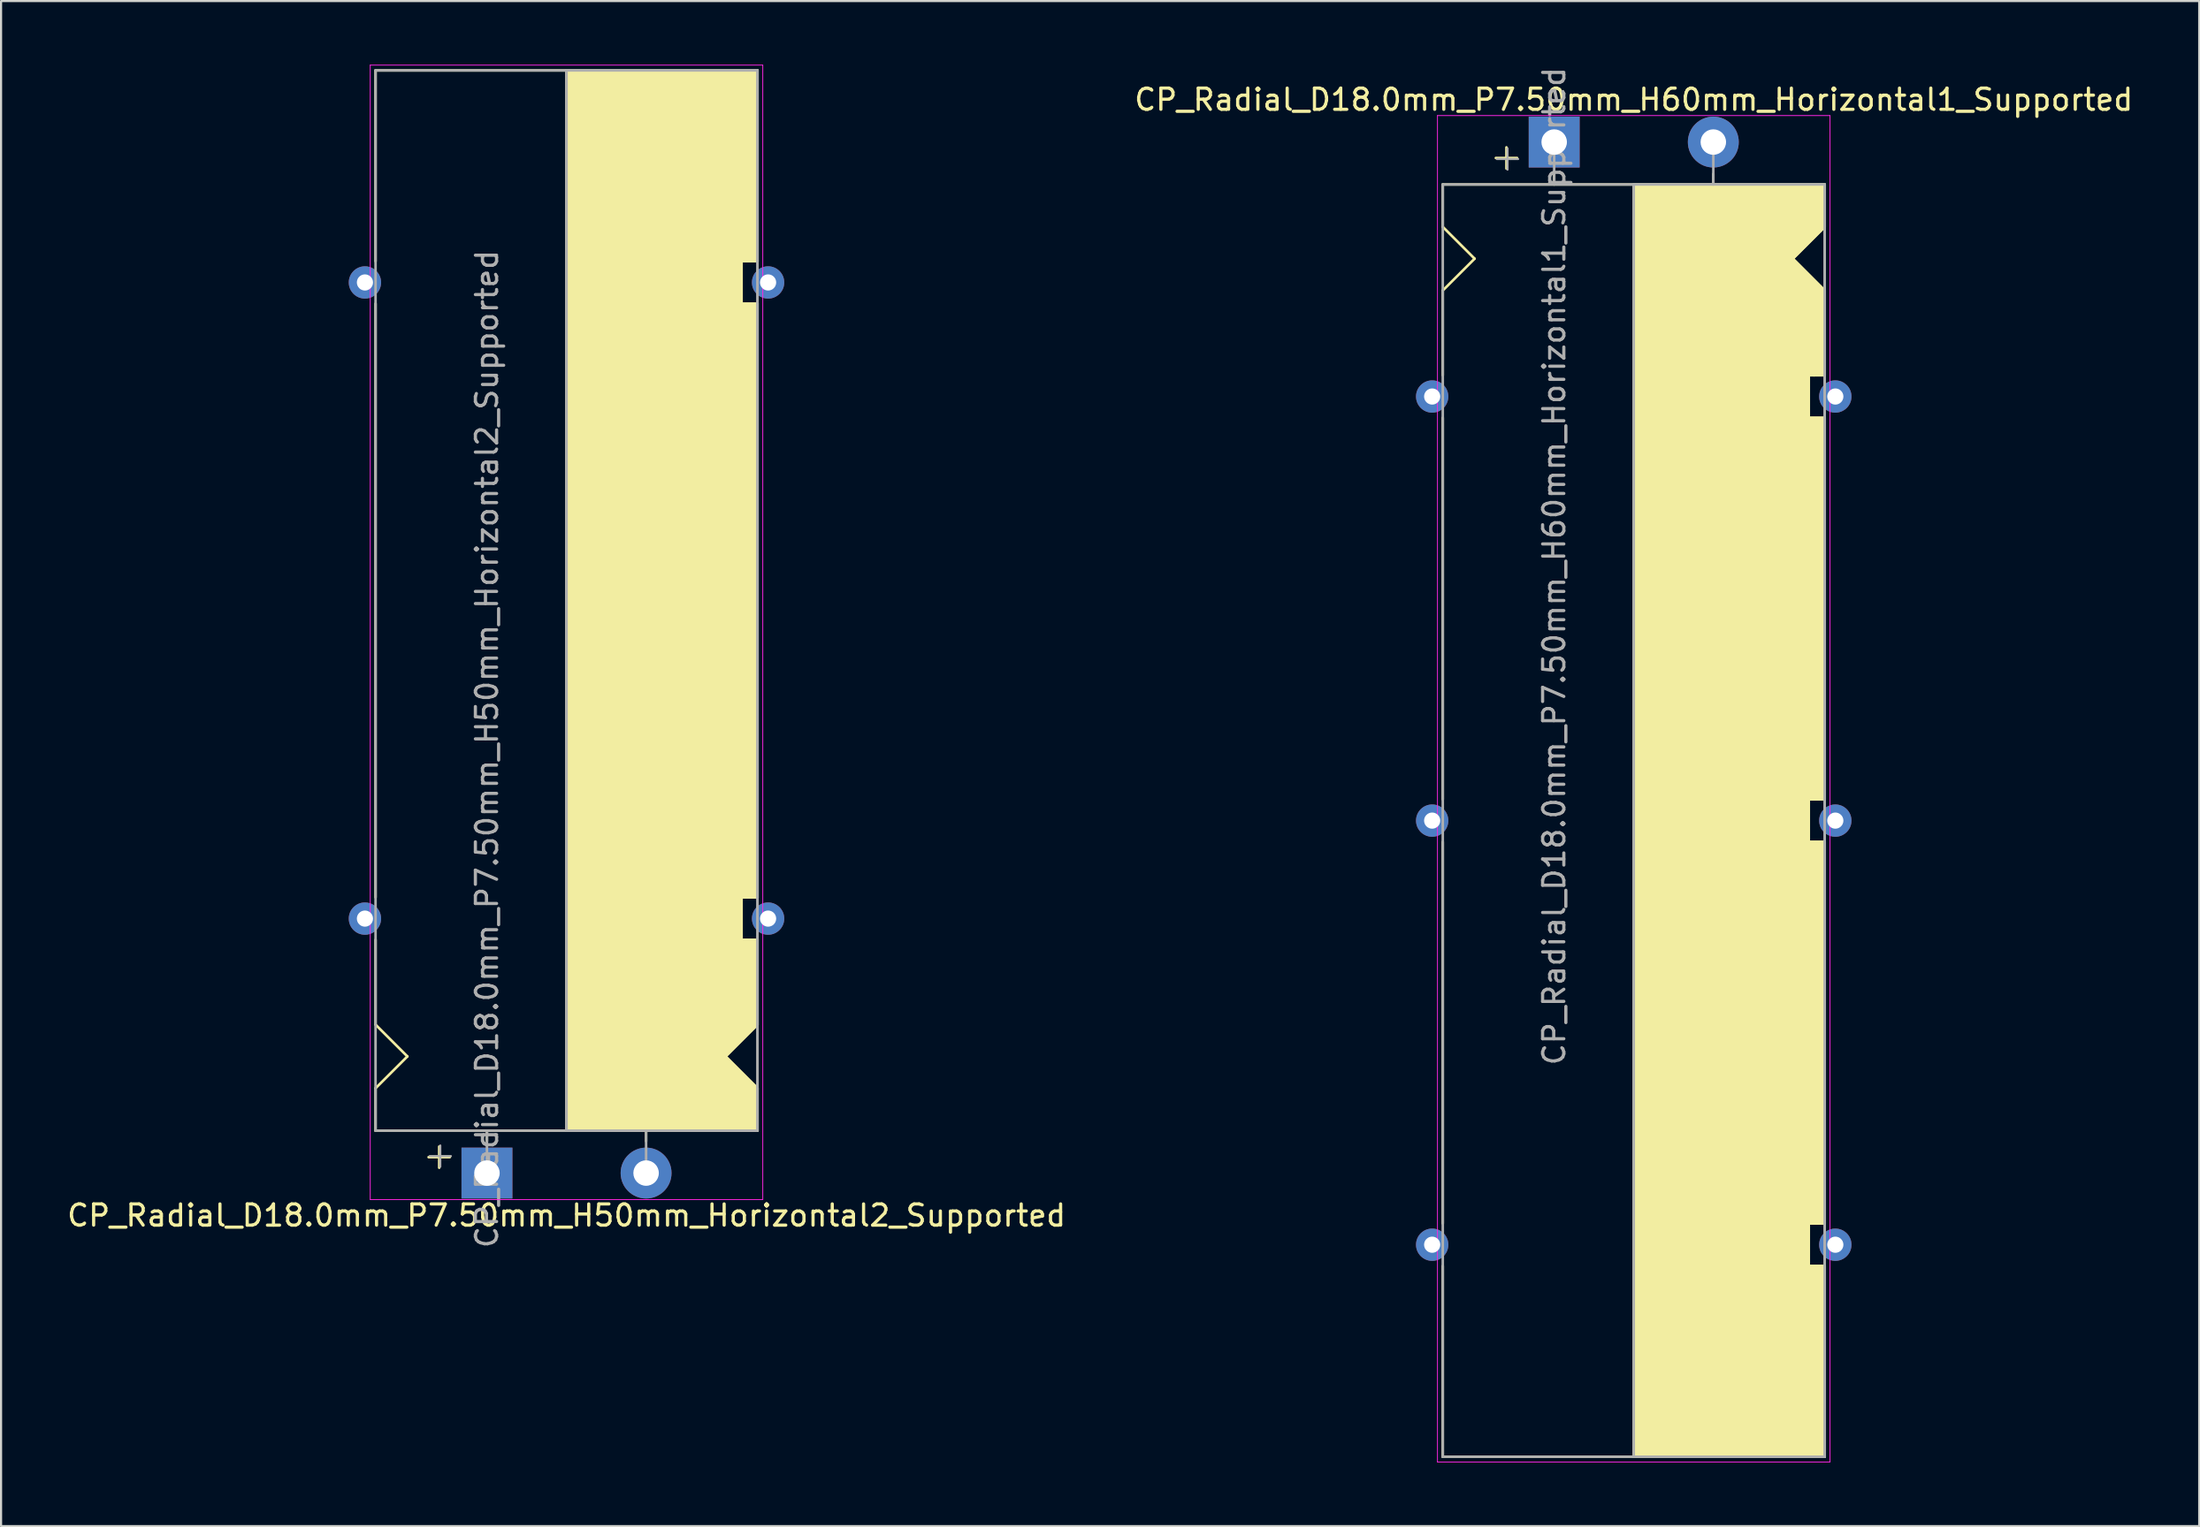
<source format=kicad_pcb>
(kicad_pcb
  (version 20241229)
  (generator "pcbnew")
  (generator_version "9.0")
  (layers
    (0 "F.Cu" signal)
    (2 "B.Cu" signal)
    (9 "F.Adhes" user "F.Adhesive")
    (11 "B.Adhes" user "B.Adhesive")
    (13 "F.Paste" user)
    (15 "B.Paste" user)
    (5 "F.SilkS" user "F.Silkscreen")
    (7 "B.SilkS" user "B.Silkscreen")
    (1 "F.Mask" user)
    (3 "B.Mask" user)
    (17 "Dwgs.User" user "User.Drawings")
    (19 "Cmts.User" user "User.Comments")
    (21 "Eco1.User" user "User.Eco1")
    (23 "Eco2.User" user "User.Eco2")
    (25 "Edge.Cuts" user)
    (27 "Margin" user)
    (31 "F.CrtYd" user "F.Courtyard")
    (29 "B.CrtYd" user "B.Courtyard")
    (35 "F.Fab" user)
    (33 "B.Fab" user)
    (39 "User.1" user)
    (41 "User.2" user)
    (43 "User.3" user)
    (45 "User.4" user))
  (footprint "CP_Radial_D18.0mm_P7.50mm_H60mm_Horizontal1_Supported"
    (layer "F.Cu")
    (at 70.196 3.649)
    (property "Reference" "CP_Radial_D18.0mm_P7.50mm_H60mm_Horizontal1_Supported" (at 3.75 -2 0) (layer "F.SilkS") (effects (font (size 1 1) (thickness 0.15))))
    (attr through_hole)
    (fp_line (start -5.25 2) (end -5.25 4) (stroke (width 0.12) (type solid)) (layer "F.SilkS"))
    (fp_line (start -5.25 2) (end 12.75 2) (stroke (width 0.12) (type solid)) (layer "F.SilkS"))
    (fp_line (start -5.25 4) (end -3.75 5.5) (stroke (width 0.12) (type solid)) (layer "F.SilkS"))
    (fp_line (start -5.25 7) (end -3.75 5.5) (stroke (width 0.12) (type solid)) (layer "F.SilkS"))
    (fp_line (start -5.25 11) (end -5.25 7) (stroke (width 0.12) (type solid)) (layer "F.SilkS"))
    (fp_line (start -5.25 13) (end -5.25 31) (stroke (width 0.12) (type solid)) (layer "F.SilkS"))
    (fp_line (start -5.25 33) (end -5.25 51) (stroke (width 0.12) (type solid)) (layer "F.SilkS"))
    (fp_line (start -5.25 53) (end -5.25 62) (stroke (width 0.12) (type solid)) (layer "F.SilkS"))
    (fp_line (start -5.25 62) (end 12.75 62) (stroke (width 0.12) (type solid)) (layer "F.SilkS"))
    (fp_line (start -2.25 0.25) (end -2.25 1.25) (stroke (width 0.12) (type solid)) (layer "F.SilkS"))
    (fp_line (start -1.75 0.75) (end -2.75 0.75) (stroke (width 0.12) (type solid)) (layer "F.SilkS"))
    (fp_line (start 0 1.5) (end 0 2) (stroke (width 0.12) (type solid)) (layer "F.SilkS"))
    (fp_line (start 3.75 2) (end 3.75 62) (stroke (width 0.12) (type solid)) (layer "F.SilkS"))
    (fp_line (start 7.5 1.5) (end 7.5 2) (stroke (width 0.12) (type solid)) (layer "F.SilkS"))
    (fp_line (start 12 11) (end 12 13) (stroke (width 0.12) (type solid)) (layer "F.SilkS"))
    (fp_line (start 12 13) (end 12.75 13) (stroke (width 0.12) (type solid)) (layer "F.SilkS"))
    (fp_line (start 12 31) (end 12 33) (stroke (width 0.12) (type solid)) (layer "F.SilkS"))
    (fp_line (start 12 33) (end 12.75 33) (stroke (width 0.12) (type solid)) (layer "F.SilkS"))
    (fp_line (start 12 51) (end 12 53) (stroke (width 0.12) (type solid)) (layer "F.SilkS"))
    (fp_line (start 12 53) (end 12.75 53) (stroke (width 0.12) (type solid)) (layer "F.SilkS"))
    (fp_line (start 12.25 11) (end 12 11) (stroke (width 0.12) (type solid)) (layer "F.SilkS"))
    (fp_line (start 12.75 2) (end 12.75 4) (stroke (width 0.12) (type solid)) (layer "F.SilkS"))
    (fp_line (start 12.75 4) (end 11.25 5.5) (stroke (width 0.12) (type solid)) (layer "F.SilkS"))
    (fp_line (start 12.75 7) (end 11.25 5.5) (stroke (width 0.12) (type solid)) (layer "F.SilkS"))
    (fp_line (start 12.75 11) (end 12.25 11) (stroke (width 0.12) (type solid)) (layer "F.SilkS"))
    (fp_line (start 12.75 11) (end 12.75 7) (stroke (width 0.12) (type solid)) (layer "F.SilkS"))
    (fp_line (start 12.75 13) (end 12.75 31) (stroke (width 0.12) (type solid)) (layer "F.SilkS"))
    (fp_line (start 12.75 31) (end 12 31) (stroke (width 0.12) (type solid)) (layer "F.SilkS"))
    (fp_line (start 12.75 33) (end 12.75 51) (stroke (width 0.12) (type solid)) (layer "F.SilkS"))
    (fp_line (start 12.75 51) (end 12 51) (stroke (width 0.12) (type solid)) (layer "F.SilkS"))
    (fp_line (start 12.75 53) (end 12.75 62) (stroke (width 0.12) (type solid)) (layer "F.SilkS"))
    (fp_poly (pts (xy 12.75 4) (xy 11.25 5.5) (xy 12.75 7) (xy 12.75 11) (xy 12 11) (xy 12 13) (xy 12.75 13) (xy 12.75 31) (xy 12 31) (xy 12 33) (xy 12.75 33) (xy 12.75 51) (xy 12 51) (xy 12 53) (xy 12.75 53) (xy 12.75 62) (xy 3.75 62) (xy 3.75 2) (xy 12.75 2)) (stroke (width 0.1) (type solid)) (fill yes) (layer "F.SilkS"))
    (fp_line (start -5.5 -1.25) (end -5.5 62.25) (stroke (width 0.04) (type solid)) (layer "F.CrtYd"))
    (fp_line (start -5.5 62.25) (end 13 62.25) (stroke (width 0.04) (type solid)) (layer "F.CrtYd"))
    (fp_line (start 13 -1.25) (end -5.5 -1.25) (stroke (width 0.04) (type solid)) (layer "F.CrtYd"))
    (fp_line (start 13 62.25) (end 13 -1.25) (stroke (width 0.04) (type solid)) (layer "F.CrtYd"))
    (fp_line (start -5.25 2) (end -5.25 62) (stroke (width 0.12) (type solid)) (layer "F.Fab"))
    (fp_line (start -5.25 62) (end 12.75 62) (stroke (width 0.12) (type solid)) (layer "F.Fab"))
    (fp_line (start -2.7 0.8) (end -1.7 0.8) (stroke (width 0.1) (type solid)) (layer "F.Fab"))
    (fp_line (start -2.2 1.3) (end -2.2 0.3) (stroke (width 0.1) (type solid)) (layer "F.Fab"))
    (fp_line (start 0 0) (end 0 2) (stroke (width 0.12) (type solid)) (layer "F.Fab"))
    (fp_line (start 3.75 2) (end 3.75 62) (stroke (width 0.12) (type solid)) (layer "F.Fab"))
    (fp_line (start 7.5 0) (end 7.5 2) (stroke (width 0.12) (type solid)) (layer "F.Fab"))
    (fp_line (start 12.75 2) (end -5.25 2) (stroke (width 0.12) (type solid)) (layer "F.Fab"))
    (fp_line (start 12.75 62) (end 12.75 2) (stroke (width 0.12) (type solid)) (layer "F.Fab"))
    (fp_poly (pts (xy 12.75 62) (xy 3.75 62) (xy 3.75 2) (xy 12.75 2)) (stroke (width 0.1) (type solid)) (fill no) (layer "F.Fab"))
    (fp_text user "${REFERENCE}" (at 0 20 90) (layer "F.Fab") (effects (font (size 1 1) (thickness 0.15))))
    (pad "" thru_hole circle (at -5.75 12) (size 1.524 1.524) (drill 0.762) (layers "*.Cu" "*.Mask"))
    (pad "" thru_hole circle (at -5.75 32) (size 1.524 1.524) (drill 0.762) (layers "*.Cu" "*.Mask"))
    (pad "" thru_hole circle (at -5.75 52) (size 1.524 1.524) (drill 0.762) (layers "*.Cu" "*.Mask"))
    (pad "" thru_hole circle (at 13.25 12) (size 1.524 1.524) (drill 0.762) (layers "*.Cu" "*.Mask"))
    (pad "" thru_hole circle (at 13.25 32) (size 1.524 1.524) (drill 0.762) (layers "*.Cu" "*.Mask"))
    (pad "" thru_hole circle (at 13.25 52) (size 1.524 1.524) (drill 0.762) (layers "*.Cu" "*.Mask"))
    (pad "1" thru_hole rect (at 0 0) (size 2.4 2.4) (drill 1.2) (layers "*.Cu" "*.Mask"))
    (pad "2" thru_hole circle (at 7.5 0) (size 2.4 2.4) (drill 1.2) (layers "*.Cu" "*.Mask")))
  (footprint "CP_Radial_D18.0mm_P7.50mm_H50mm_Horizontal2_Supported"
    (layer "F.Cu")
    (at 19.899 52.27)
    (property "Reference" "CP_Radial_D18.0mm_P7.50mm_H50mm_Horizontal2_Supported" (at 3.75 2 0) (layer "F.SilkS") (effects (font (size 1 1) (thickness 0.15))))
    (attr through_hole)
    (fp_line (start -5.25 -52) (end 12.75 -52) (stroke (width 0.12) (type solid)) (layer "F.SilkS"))
    (fp_line (start -5.25 -43) (end -5.25 -52) (stroke (width 0.12) (type solid)) (layer "F.SilkS"))
    (fp_line (start -5.25 -13) (end -5.25 -41) (stroke (width 0.12) (type solid)) (layer "F.SilkS"))
    (fp_line (start -5.25 -11) (end -5.25 -7) (stroke (width 0.12) (type solid)) (layer "F.SilkS"))
    (fp_line (start -5.25 -7) (end -3.75 -5.5) (stroke (width 0.12) (type solid)) (layer "F.SilkS"))
    (fp_line (start -5.25 -4) (end -3.75 -5.5) (stroke (width 0.12) (type solid)) (layer "F.SilkS"))
    (fp_line (start -5.25 -2) (end -5.25 -4) (stroke (width 0.12) (type solid)) (layer "F.SilkS"))
    (fp_line (start -5.25 -2) (end 12.75 -2) (stroke (width 0.12) (type solid)) (layer "F.SilkS"))
    (fp_line (start -2.25 -1.25) (end -2.25 -0.25) (stroke (width 0.12) (type solid)) (layer "F.SilkS"))
    (fp_line (start -1.75 -0.75) (end -2.75 -0.75) (stroke (width 0.12) (type solid)) (layer "F.SilkS"))
    (fp_line (start 0 -1.5) (end 0 -2) (stroke (width 0.12) (type solid)) (layer "F.SilkS"))
    (fp_line (start 3.75 -2) (end 3.75 -52) (stroke (width 0.12) (type solid)) (layer "F.SilkS"))
    (fp_line (start 7.5 -1.5) (end 7.5 -2) (stroke (width 0.12) (type solid)) (layer "F.SilkS"))
    (fp_line (start 12 -43) (end 12.75 -43) (stroke (width 0.12) (type solid)) (layer "F.SilkS"))
    (fp_line (start 12 -41) (end 12 -43) (stroke (width 0.12) (type solid)) (layer "F.SilkS"))
    (fp_line (start 12 -13) (end 12.75 -13) (stroke (width 0.12) (type solid)) (layer "F.SilkS"))
    (fp_line (start 12 -11) (end 12 -13) (stroke (width 0.12) (type solid)) (layer "F.SilkS"))
    (fp_line (start 12.25 -11) (end 12 -11) (stroke (width 0.12) (type solid)) (layer "F.SilkS"))
    (fp_line (start 12.75 -43) (end 12.75 -52) (stroke (width 0.12) (type solid)) (layer "F.SilkS"))
    (fp_line (start 12.75 -41) (end 12 -41) (stroke (width 0.12) (type solid)) (layer "F.SilkS"))
    (fp_line (start 12.75 -13) (end 12.75 -41) (stroke (width 0.12) (type solid)) (layer "F.SilkS"))
    (fp_line (start 12.75 -11) (end 12.25 -11) (stroke (width 0.12) (type solid)) (layer "F.SilkS"))
    (fp_line (start 12.75 -11) (end 12.75 -7) (stroke (width 0.12) (type solid)) (layer "F.SilkS"))
    (fp_line (start 12.75 -7) (end 11.25 -5.5) (stroke (width 0.12) (type solid)) (layer "F.SilkS"))
    (fp_line (start 12.75 -4) (end 11.25 -5.5) (stroke (width 0.12) (type solid)) (layer "F.SilkS"))
    (fp_line (start 12.75 -2) (end 12.75 -4) (stroke (width 0.12) (type solid)) (layer "F.SilkS"))
    (fp_poly (pts (xy 12.75 -4) (xy 11.25 -5.5) (xy 12.75 -7) (xy 12.75 -11) (xy 12 -11) (xy 12 -13) (xy 12.75 -13) (xy 12.75 -41) (xy 12 -41) (xy 12 -43) (xy 12.75 -43) (xy 12.75 -52) (xy 3.75 -52) (xy 3.75 -2) (xy 12.75 -2)) (stroke (width 0.1) (type solid)) (fill yes) (layer "F.SilkS"))
    (fp_line (start -5.5 -52.25) (end 13 -52.25) (stroke (width 0.04) (type solid)) (layer "F.CrtYd"))
    (fp_line (start -5.5 1.25) (end -5.5 -52.25) (stroke (width 0.04) (type solid)) (layer "F.CrtYd"))
    (fp_line (start 13 -52.25) (end 13 1.25) (stroke (width 0.04) (type solid)) (layer "F.CrtYd"))
    (fp_line (start 13 1.25) (end -5.5 1.25) (stroke (width 0.04) (type solid)) (layer "F.CrtYd"))
    (fp_line (start -5.25 -52) (end 12.75 -52) (stroke (width 0.12) (type solid)) (layer "F.Fab"))
    (fp_line (start -5.25 -2) (end -5.25 -52) (stroke (width 0.12) (type solid)) (layer "F.Fab"))
    (fp_line (start -2.7 -0.8) (end -1.7 -0.8) (stroke (width 0.1) (type solid)) (layer "F.Fab"))
    (fp_line (start -2.2 -0.3) (end -2.2 -1.3) (stroke (width 0.1) (type solid)) (layer "F.Fab"))
    (fp_line (start 0 0) (end 0 -2) (stroke (width 0.12) (type solid)) (layer "F.Fab"))
    (fp_line (start 3.75 -2) (end 3.75 -52) (stroke (width 0.12) (type solid)) (layer "F.Fab"))
    (fp_line (start 7.5 0) (end 7.5 -2) (stroke (width 0.12) (type solid)) (layer "F.Fab"))
    (fp_line (start 12.75 -52) (end 12.75 -2) (stroke (width 0.12) (type solid)) (layer "F.Fab"))
    (fp_line (start 12.75 -2) (end -5.25 -2) (stroke (width 0.12) (type solid)) (layer "F.Fab"))
    (fp_poly (pts (xy 12.75 -52) (xy 3.75 -52) (xy 3.75 -2) (xy 12.75 -2)) (stroke (width 0.1) (type solid)) (fill no) (layer "F.Fab"))
    (fp_text user "${REFERENCE}" (at 0 -20 90) (layer "F.Fab") (effects (font (size 1 1) (thickness 0.15))))
    (pad "" thru_hole circle (at -5.75 -42 180) (size 1.524 1.524) (drill 0.762) (layers "*.Cu" "*.Mask"))
    (pad "" thru_hole circle (at -5.75 -12 180) (size 1.524 1.524) (drill 0.762) (layers "*.Cu" "*.Mask"))
    (pad "" thru_hole circle (at 13.25 -42 180) (size 1.524 1.524) (drill 0.762) (layers "*.Cu" "*.Mask"))
    (pad "" thru_hole circle (at 13.25 -12 180) (size 1.524 1.524) (drill 0.762) (layers "*.Cu" "*.Mask"))
    (pad "1" thru_hole rect (at 0 0) (size 2.4 2.4) (drill 1.2) (layers "*.Cu" "*.Mask"))
    (pad "2" thru_hole circle (at 7.5 0) (size 2.4 2.4) (drill 1.2) (layers "*.Cu" "*.Mask")))
  (gr_rect
    (start -3 -3)
    (end 100.595 68.919)
    (stroke (width 0.1) (type default))
    (fill no)
    (layer "Edge.Cuts")))
</source>
